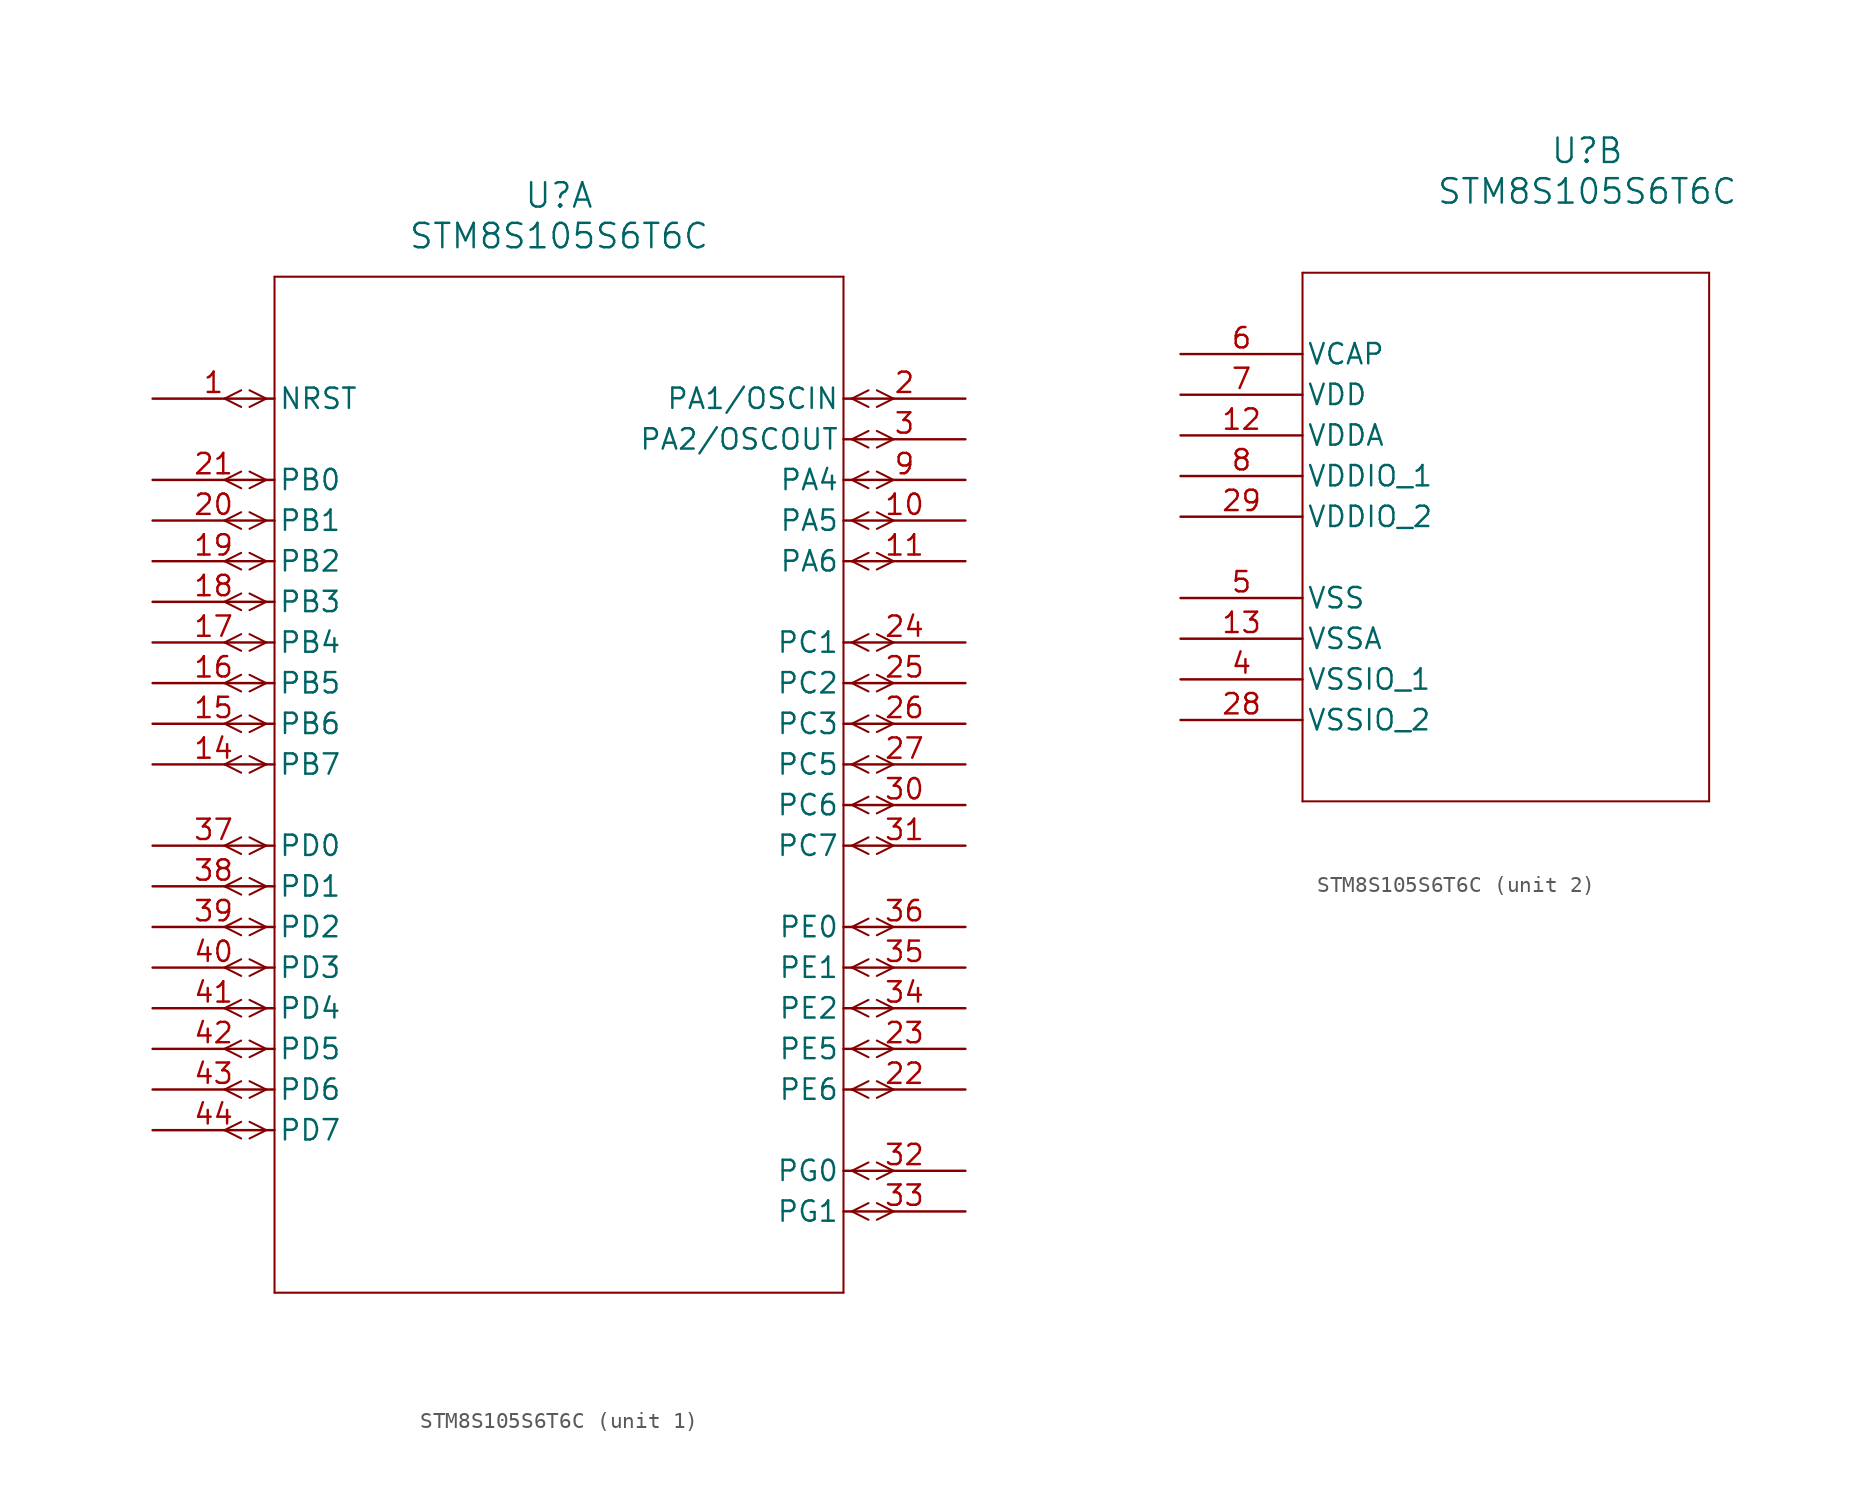
<source format=kicad_sym>
(kicad_symbol_lib
  (version 20211014)
  (generator kicad_symbol_editor)
  (symbol "STM8S105S6T6C"
    (pin_names
      (offset 0.254))
    (property "Reference" "U"
      (at 25.4 12.7 0)
      (effects (font (size 1.524 1.524))))
    (property "Value" "STM8S105S6T6C"
      (at 25.4 10.16 0)
      (effects (font (size 1.524 1.524))))
    (symbol "STM8S105S6T6C_1_1"
      (polyline (pts (xy 7.099 0) (xy 6.058 0.521)) (stroke (width 0.127) (type default) (color 0 0 0 0)) (fill (type none)))
      (polyline (pts (xy 7.099 0) (xy 6.058 -0.521)) (stroke (width 0.127) (type default) (color 0 0 0 0)) (fill (type none)))
      (polyline (pts (xy 5.537 0.521) (xy 4.496 0)) (stroke (width 0.127) (type default) (color 0 0 0 0)) (fill (type none)))
      (polyline (pts (xy 5.537 -0.521) (xy 4.496 0)) (stroke (width 0.127) (type default) (color 0 0 0 0)) (fill (type none)))
      (polyline (pts (xy 7.099 -5.08) (xy 6.058 -4.559)) (stroke (width 0.127) (type default) (color 0 0 0 0)) (fill (type none)))
      (polyline (pts (xy 7.099 -5.08) (xy 6.058 -5.601)) (stroke (width 0.127) (type default) (color 0 0 0 0)) (fill (type none)))
      (polyline (pts (xy 5.537 -4.559) (xy 4.496 -5.08)) (stroke (width 0.127) (type default) (color 0 0 0 0)) (fill (type none)))
      (polyline (pts (xy 5.537 -5.601) (xy 4.496 -5.08)) (stroke (width 0.127) (type default) (color 0 0 0 0)) (fill (type none)))
      (polyline (pts (xy 7.099 -7.62) (xy 6.058 -7.099)) (stroke (width 0.127) (type default) (color 0 0 0 0)) (fill (type none)))
      (polyline (pts (xy 7.099 -7.62) (xy 6.058 -8.141)) (stroke (width 0.127) (type default) (color 0 0 0 0)) (fill (type none)))
      (polyline (pts (xy 5.537 -7.099) (xy 4.496 -7.62)) (stroke (width 0.127) (type default) (color 0 0 0 0)) (fill (type none)))
      (polyline (pts (xy 5.537 -8.141) (xy 4.496 -7.62)) (stroke (width 0.127) (type default) (color 0 0 0 0)) (fill (type none)))
      (polyline (pts (xy 7.099 -10.16) (xy 6.058 -9.639)) (stroke (width 0.127) (type default) (color 0 0 0 0)) (fill (type none)))
      (polyline (pts (xy 7.099 -10.16) (xy 6.058 -10.681)) (stroke (width 0.127) (type default) (color 0 0 0 0)) (fill (type none)))
      (polyline (pts (xy 5.537 -9.639) (xy 4.496 -10.16)) (stroke (width 0.127) (type default) (color 0 0 0 0)) (fill (type none)))
      (polyline (pts (xy 5.537 -10.681) (xy 4.496 -10.16)) (stroke (width 0.127) (type default) (color 0 0 0 0)) (fill (type none)))
      (polyline (pts (xy 7.099 -12.7) (xy 6.058 -12.179)) (stroke (width 0.127) (type default) (color 0 0 0 0)) (fill (type none)))
      (polyline (pts (xy 7.099 -12.7) (xy 6.058 -13.221)) (stroke (width 0.127) (type default) (color 0 0 0 0)) (fill (type none)))
      (polyline (pts (xy 5.537 -12.179) (xy 4.496 -12.7)) (stroke (width 0.127) (type default) (color 0 0 0 0)) (fill (type none)))
      (polyline (pts (xy 5.537 -13.221) (xy 4.496 -12.7)) (stroke (width 0.127) (type default) (color 0 0 0 0)) (fill (type none)))
      (polyline (pts (xy 7.099 -15.24) (xy 6.058 -14.719)) (stroke (width 0.127) (type default) (color 0 0 0 0)) (fill (type none)))
      (polyline (pts (xy 7.099 -15.24) (xy 6.058 -15.761)) (stroke (width 0.127) (type default) (color 0 0 0 0)) (fill (type none)))
      (polyline (pts (xy 5.537 -14.719) (xy 4.496 -15.24)) (stroke (width 0.127) (type default) (color 0 0 0 0)) (fill (type none)))
      (polyline (pts (xy 5.537 -15.761) (xy 4.496 -15.24)) (stroke (width 0.127) (type default) (color 0 0 0 0)) (fill (type none)))
      (polyline (pts (xy 7.099 -17.78) (xy 6.058 -17.259)) (stroke (width 0.127) (type default) (color 0 0 0 0)) (fill (type none)))
      (polyline (pts (xy 7.099 -17.78) (xy 6.058 -18.301)) (stroke (width 0.127) (type default) (color 0 0 0 0)) (fill (type none)))
      (polyline (pts (xy 5.537 -17.259) (xy 4.496 -17.78)) (stroke (width 0.127) (type default) (color 0 0 0 0)) (fill (type none)))
      (polyline (pts (xy 5.537 -18.301) (xy 4.496 -17.78)) (stroke (width 0.127) (type default) (color 0 0 0 0)) (fill (type none)))
      (polyline (pts (xy 7.099 -20.32) (xy 6.058 -19.799)) (stroke (width 0.127) (type default) (color 0 0 0 0)) (fill (type none)))
      (polyline (pts (xy 7.099 -20.32) (xy 6.058 -20.841)) (stroke (width 0.127) (type default) (color 0 0 0 0)) (fill (type none)))
      (polyline (pts (xy 5.537 -19.799) (xy 4.496 -20.32)) (stroke (width 0.127) (type default) (color 0 0 0 0)) (fill (type none)))
      (polyline (pts (xy 5.537 -20.841) (xy 4.496 -20.32)) (stroke (width 0.127) (type default) (color 0 0 0 0)) (fill (type none)))
      (polyline (pts (xy 7.099 -22.86) (xy 6.058 -22.339)) (stroke (width 0.127) (type default) (color 0 0 0 0)) (fill (type none)))
      (polyline (pts (xy 7.099 -22.86) (xy 6.058 -23.381)) (stroke (width 0.127) (type default) (color 0 0 0 0)) (fill (type none)))
      (polyline (pts (xy 5.537 -22.339) (xy 4.496 -22.86)) (stroke (width 0.127) (type default) (color 0 0 0 0)) (fill (type none)))
      (polyline (pts (xy 5.537 -23.381) (xy 4.496 -22.86)) (stroke (width 0.127) (type default) (color 0 0 0 0)) (fill (type none)))
      (polyline (pts (xy 7.099 -27.94) (xy 6.058 -27.419)) (stroke (width 0.127) (type default) (color 0 0 0 0)) (fill (type none)))
      (polyline (pts (xy 7.099 -27.94) (xy 6.058 -28.461)) (stroke (width 0.127) (type default) (color 0 0 0 0)) (fill (type none)))
      (polyline (pts (xy 5.537 -27.419) (xy 4.496 -27.94)) (stroke (width 0.127) (type default) (color 0 0 0 0)) (fill (type none)))
      (polyline (pts (xy 5.537 -28.461) (xy 4.496 -27.94)) (stroke (width 0.127) (type default) (color 0 0 0 0)) (fill (type none)))
      (polyline (pts (xy 7.099 -30.48) (xy 6.058 -29.959)) (stroke (width 0.127) (type default) (color 0 0 0 0)) (fill (type none)))
      (polyline (pts (xy 7.099 -30.48) (xy 6.058 -31.001)) (stroke (width 0.127) (type default) (color 0 0 0 0)) (fill (type none)))
      (polyline (pts (xy 5.537 -29.959) (xy 4.496 -30.48)) (stroke (width 0.127) (type default) (color 0 0 0 0)) (fill (type none)))
      (polyline (pts (xy 5.537 -31.001) (xy 4.496 -30.48)) (stroke (width 0.127) (type default) (color 0 0 0 0)) (fill (type none)))
      (polyline (pts (xy 7.099 -33.02) (xy 6.058 -32.499)) (stroke (width 0.127) (type default) (color 0 0 0 0)) (fill (type none)))
      (polyline (pts (xy 7.099 -33.02) (xy 6.058 -33.541)) (stroke (width 0.127) (type default) (color 0 0 0 0)) (fill (type none)))
      (polyline (pts (xy 5.537 -32.499) (xy 4.496 -33.02)) (stroke (width 0.127) (type default) (color 0 0 0 0)) (fill (type none)))
      (polyline (pts (xy 5.537 -33.541) (xy 4.496 -33.02)) (stroke (width 0.127) (type default) (color 0 0 0 0)) (fill (type none)))
      (polyline (pts (xy 7.099 -35.56) (xy 6.058 -35.039)) (stroke (width 0.127) (type default) (color 0 0 0 0)) (fill (type none)))
      (polyline (pts (xy 7.099 -35.56) (xy 6.058 -36.081)) (stroke (width 0.127) (type default) (color 0 0 0 0)) (fill (type none)))
      (polyline (pts (xy 5.537 -35.039) (xy 4.496 -35.56)) (stroke (width 0.127) (type default) (color 0 0 0 0)) (fill (type none)))
      (polyline (pts (xy 5.537 -36.081) (xy 4.496 -35.56)) (stroke (width 0.127) (type default) (color 0 0 0 0)) (fill (type none)))
      (polyline (pts (xy 7.099 -38.1) (xy 6.058 -37.579)) (stroke (width 0.127) (type default) (color 0 0 0 0)) (fill (type none)))
      (polyline (pts (xy 7.099 -38.1) (xy 6.058 -38.621)) (stroke (width 0.127) (type default) (color 0 0 0 0)) (fill (type none)))
      (polyline (pts (xy 5.537 -37.579) (xy 4.496 -38.1)) (stroke (width 0.127) (type default) (color 0 0 0 0)) (fill (type none)))
      (polyline (pts (xy 5.537 -38.621) (xy 4.496 -38.1)) (stroke (width 0.127) (type default) (color 0 0 0 0)) (fill (type none)))
      (polyline (pts (xy 7.099 -40.64) (xy 6.058 -40.119)) (stroke (width 0.127) (type default) (color 0 0 0 0)) (fill (type none)))
      (polyline (pts (xy 7.099 -40.64) (xy 6.058 -41.161)) (stroke (width 0.127) (type default) (color 0 0 0 0)) (fill (type none)))
      (polyline (pts (xy 5.537 -40.119) (xy 4.496 -40.64)) (stroke (width 0.127) (type default) (color 0 0 0 0)) (fill (type none)))
      (polyline (pts (xy 5.537 -41.161) (xy 4.496 -40.64)) (stroke (width 0.127) (type default) (color 0 0 0 0)) (fill (type none)))
      (polyline (pts (xy 7.099 -43.18) (xy 6.058 -42.659)) (stroke (width 0.127) (type default) (color 0 0 0 0)) (fill (type none)))
      (polyline (pts (xy 7.099 -43.18) (xy 6.058 -43.701)) (stroke (width 0.127) (type default) (color 0 0 0 0)) (fill (type none)))
      (polyline (pts (xy 5.537 -42.659) (xy 4.496 -43.18)) (stroke (width 0.127) (type default) (color 0 0 0 0)) (fill (type none)))
      (polyline (pts (xy 5.537 -43.701) (xy 4.496 -43.18)) (stroke (width 0.127) (type default) (color 0 0 0 0)) (fill (type none)))
      (polyline (pts (xy 7.099 -45.72) (xy 6.058 -45.199)) (stroke (width 0.127) (type default) (color 0 0 0 0)) (fill (type none)))
      (polyline (pts (xy 7.099 -45.72) (xy 6.058 -46.241)) (stroke (width 0.127) (type default) (color 0 0 0 0)) (fill (type none)))
      (polyline (pts (xy 5.537 -45.199) (xy 4.496 -45.72)) (stroke (width 0.127) (type default) (color 0 0 0 0)) (fill (type none)))
      (polyline (pts (xy 5.537 -46.241) (xy 4.496 -45.72)) (stroke (width 0.127) (type default) (color 0 0 0 0)) (fill (type none)))
      (polyline (pts (xy 43.701 0) (xy 44.742 0.521)) (stroke (width 0.127) (type default) (color 0 0 0 0)) (fill (type none)))
      (polyline (pts (xy 43.701 0) (xy 44.742 -0.521)) (stroke (width 0.127) (type default) (color 0 0 0 0)) (fill (type none)))
      (polyline (pts (xy 45.263 0.521) (xy 46.304 0)) (stroke (width 0.127) (type default) (color 0 0 0 0)) (fill (type none)))
      (polyline (pts (xy 45.263 -0.521) (xy 46.304 0)) (stroke (width 0.127) (type default) (color 0 0 0 0)) (fill (type none)))
      (polyline (pts (xy 43.701 -2.54) (xy 44.742 -2.019)) (stroke (width 0.127) (type default) (color 0 0 0 0)) (fill (type none)))
      (polyline (pts (xy 43.701 -2.54) (xy 44.742 -3.061)) (stroke (width 0.127) (type default) (color 0 0 0 0)) (fill (type none)))
      (polyline (pts (xy 45.263 -2.019) (xy 46.304 -2.54)) (stroke (width 0.127) (type default) (color 0 0 0 0)) (fill (type none)))
      (polyline (pts (xy 45.263 -3.061) (xy 46.304 -2.54)) (stroke (width 0.127) (type default) (color 0 0 0 0)) (fill (type none)))
      (polyline (pts (xy 43.701 -5.08) (xy 44.742 -4.559)) (stroke (width 0.127) (type default) (color 0 0 0 0)) (fill (type none)))
      (polyline (pts (xy 43.701 -5.08) (xy 44.742 -5.601)) (stroke (width 0.127) (type default) (color 0 0 0 0)) (fill (type none)))
      (polyline (pts (xy 45.263 -4.559) (xy 46.304 -5.08)) (stroke (width 0.127) (type default) (color 0 0 0 0)) (fill (type none)))
      (polyline (pts (xy 45.263 -5.601) (xy 46.304 -5.08)) (stroke (width 0.127) (type default) (color 0 0 0 0)) (fill (type none)))
      (polyline (pts (xy 43.701 -7.62) (xy 44.742 -7.099)) (stroke (width 0.127) (type default) (color 0 0 0 0)) (fill (type none)))
      (polyline (pts (xy 43.701 -7.62) (xy 44.742 -8.141)) (stroke (width 0.127) (type default) (color 0 0 0 0)) (fill (type none)))
      (polyline (pts (xy 45.263 -7.099) (xy 46.304 -7.62)) (stroke (width 0.127) (type default) (color 0 0 0 0)) (fill (type none)))
      (polyline (pts (xy 45.263 -8.141) (xy 46.304 -7.62)) (stroke (width 0.127) (type default) (color 0 0 0 0)) (fill (type none)))
      (polyline (pts (xy 43.701 -10.16) (xy 44.742 -9.639)) (stroke (width 0.127) (type default) (color 0 0 0 0)) (fill (type none)))
      (polyline (pts (xy 43.701 -10.16) (xy 44.742 -10.681)) (stroke (width 0.127) (type default) (color 0 0 0 0)) (fill (type none)))
      (polyline (pts (xy 45.263 -9.639) (xy 46.304 -10.16)) (stroke (width 0.127) (type default) (color 0 0 0 0)) (fill (type none)))
      (polyline (pts (xy 45.263 -10.681) (xy 46.304 -10.16)) (stroke (width 0.127) (type default) (color 0 0 0 0)) (fill (type none)))
      (polyline (pts (xy 43.701 -15.24) (xy 44.742 -14.719)) (stroke (width 0.127) (type default) (color 0 0 0 0)) (fill (type none)))
      (polyline (pts (xy 43.701 -15.24) (xy 44.742 -15.761)) (stroke (width 0.127) (type default) (color 0 0 0 0)) (fill (type none)))
      (polyline (pts (xy 45.263 -14.719) (xy 46.304 -15.24)) (stroke (width 0.127) (type default) (color 0 0 0 0)) (fill (type none)))
      (polyline (pts (xy 45.263 -15.761) (xy 46.304 -15.24)) (stroke (width 0.127) (type default) (color 0 0 0 0)) (fill (type none)))
      (polyline (pts (xy 43.701 -17.78) (xy 44.742 -17.259)) (stroke (width 0.127) (type default) (color 0 0 0 0)) (fill (type none)))
      (polyline (pts (xy 43.701 -17.78) (xy 44.742 -18.301)) (stroke (width 0.127) (type default) (color 0 0 0 0)) (fill (type none)))
      (polyline (pts (xy 45.263 -17.259) (xy 46.304 -17.78)) (stroke (width 0.127) (type default) (color 0 0 0 0)) (fill (type none)))
      (polyline (pts (xy 45.263 -18.301) (xy 46.304 -17.78)) (stroke (width 0.127) (type default) (color 0 0 0 0)) (fill (type none)))
      (polyline (pts (xy 43.701 -20.32) (xy 44.742 -19.799)) (stroke (width 0.127) (type default) (color 0 0 0 0)) (fill (type none)))
      (polyline (pts (xy 43.701 -20.32) (xy 44.742 -20.841)) (stroke (width 0.127) (type default) (color 0 0 0 0)) (fill (type none)))
      (polyline (pts (xy 45.263 -19.799) (xy 46.304 -20.32)) (stroke (width 0.127) (type default) (color 0 0 0 0)) (fill (type none)))
      (polyline (pts (xy 45.263 -20.841) (xy 46.304 -20.32)) (stroke (width 0.127) (type default) (color 0 0 0 0)) (fill (type none)))
      (polyline (pts (xy 43.701 -22.86) (xy 44.742 -22.339)) (stroke (width 0.127) (type default) (color 0 0 0 0)) (fill (type none)))
      (polyline (pts (xy 43.701 -22.86) (xy 44.742 -23.381)) (stroke (width 0.127) (type default) (color 0 0 0 0)) (fill (type none)))
      (polyline (pts (xy 45.263 -22.339) (xy 46.304 -22.86)) (stroke (width 0.127) (type default) (color 0 0 0 0)) (fill (type none)))
      (polyline (pts (xy 45.263 -23.381) (xy 46.304 -22.86)) (stroke (width 0.127) (type default) (color 0 0 0 0)) (fill (type none)))
      (polyline (pts (xy 43.701 -25.4) (xy 44.742 -24.879)) (stroke (width 0.127) (type default) (color 0 0 0 0)) (fill (type none)))
      (polyline (pts (xy 43.701 -25.4) (xy 44.742 -25.921)) (stroke (width 0.127) (type default) (color 0 0 0 0)) (fill (type none)))
      (polyline (pts (xy 45.263 -24.879) (xy 46.304 -25.4)) (stroke (width 0.127) (type default) (color 0 0 0 0)) (fill (type none)))
      (polyline (pts (xy 45.263 -25.921) (xy 46.304 -25.4)) (stroke (width 0.127) (type default) (color 0 0 0 0)) (fill (type none)))
      (polyline (pts (xy 43.701 -27.94) (xy 44.742 -27.419)) (stroke (width 0.127) (type default) (color 0 0 0 0)) (fill (type none)))
      (polyline (pts (xy 43.701 -27.94) (xy 44.742 -28.461)) (stroke (width 0.127) (type default) (color 0 0 0 0)) (fill (type none)))
      (polyline (pts (xy 45.263 -27.419) (xy 46.304 -27.94)) (stroke (width 0.127) (type default) (color 0 0 0 0)) (fill (type none)))
      (polyline (pts (xy 45.263 -28.461) (xy 46.304 -27.94)) (stroke (width 0.127) (type default) (color 0 0 0 0)) (fill (type none)))
      (polyline (pts (xy 43.701 -33.02) (xy 44.742 -32.499)) (stroke (width 0.127) (type default) (color 0 0 0 0)) (fill (type none)))
      (polyline (pts (xy 43.701 -33.02) (xy 44.742 -33.541)) (stroke (width 0.127) (type default) (color 0 0 0 0)) (fill (type none)))
      (polyline (pts (xy 45.263 -32.499) (xy 46.304 -33.02)) (stroke (width 0.127) (type default) (color 0 0 0 0)) (fill (type none)))
      (polyline (pts (xy 45.263 -33.541) (xy 46.304 -33.02)) (stroke (width 0.127) (type default) (color 0 0 0 0)) (fill (type none)))
      (polyline (pts (xy 43.701 -35.56) (xy 44.742 -35.039)) (stroke (width 0.127) (type default) (color 0 0 0 0)) (fill (type none)))
      (polyline (pts (xy 43.701 -35.56) (xy 44.742 -36.081)) (stroke (width 0.127) (type default) (color 0 0 0 0)) (fill (type none)))
      (polyline (pts (xy 45.263 -35.039) (xy 46.304 -35.56)) (stroke (width 0.127) (type default) (color 0 0 0 0)) (fill (type none)))
      (polyline (pts (xy 45.263 -36.081) (xy 46.304 -35.56)) (stroke (width 0.127) (type default) (color 0 0 0 0)) (fill (type none)))
      (polyline (pts (xy 43.701 -38.1) (xy 44.742 -37.579)) (stroke (width 0.127) (type default) (color 0 0 0 0)) (fill (type none)))
      (polyline (pts (xy 43.701 -38.1) (xy 44.742 -38.621)) (stroke (width 0.127) (type default) (color 0 0 0 0)) (fill (type none)))
      (polyline (pts (xy 45.263 -37.579) (xy 46.304 -38.1)) (stroke (width 0.127) (type default) (color 0 0 0 0)) (fill (type none)))
      (polyline (pts (xy 45.263 -38.621) (xy 46.304 -38.1)) (stroke (width 0.127) (type default) (color 0 0 0 0)) (fill (type none)))
      (polyline (pts (xy 43.701 -40.64) (xy 44.742 -40.119)) (stroke (width 0.127) (type default) (color 0 0 0 0)) (fill (type none)))
      (polyline (pts (xy 43.701 -40.64) (xy 44.742 -41.161)) (stroke (width 0.127) (type default) (color 0 0 0 0)) (fill (type none)))
      (polyline (pts (xy 45.263 -40.119) (xy 46.304 -40.64)) (stroke (width 0.127) (type default) (color 0 0 0 0)) (fill (type none)))
      (polyline (pts (xy 45.263 -41.161) (xy 46.304 -40.64)) (stroke (width 0.127) (type default) (color 0 0 0 0)) (fill (type none)))
      (polyline (pts (xy 43.701 -43.18) (xy 44.742 -42.659)) (stroke (width 0.127) (type default) (color 0 0 0 0)) (fill (type none)))
      (polyline (pts (xy 43.701 -43.18) (xy 44.742 -43.701)) (stroke (width 0.127) (type default) (color 0 0 0 0)) (fill (type none)))
      (polyline (pts (xy 45.263 -42.659) (xy 46.304 -43.18)) (stroke (width 0.127) (type default) (color 0 0 0 0)) (fill (type none)))
      (polyline (pts (xy 45.263 -43.701) (xy 46.304 -43.18)) (stroke (width 0.127) (type default) (color 0 0 0 0)) (fill (type none)))
      (polyline (pts (xy 43.701 -48.26) (xy 44.742 -47.739)) (stroke (width 0.127) (type default) (color 0 0 0 0)) (fill (type none)))
      (polyline (pts (xy 43.701 -48.26) (xy 44.742 -48.781)) (stroke (width 0.127) (type default) (color 0 0 0 0)) (fill (type none)))
      (polyline (pts (xy 45.263 -47.739) (xy 46.304 -48.26)) (stroke (width 0.127) (type default) (color 0 0 0 0)) (fill (type none)))
      (polyline (pts (xy 45.263 -48.781) (xy 46.304 -48.26)) (stroke (width 0.127) (type default) (color 0 0 0 0)) (fill (type none)))
      (polyline (pts (xy 43.701 -50.8) (xy 44.742 -50.279)) (stroke (width 0.127) (type default) (color 0 0 0 0)) (fill (type none)))
      (polyline (pts (xy 43.701 -50.8) (xy 44.742 -51.321)) (stroke (width 0.127) (type default) (color 0 0 0 0)) (fill (type none)))
      (polyline (pts (xy 45.263 -50.279) (xy 46.304 -50.8)) (stroke (width 0.127) (type default) (color 0 0 0 0)) (fill (type none)))
      (polyline (pts (xy 45.263 -51.321) (xy 46.304 -50.8)) (stroke (width 0.127) (type default) (color 0 0 0 0)) (fill (type none)))
      (polyline (pts (xy 7.62 7.62) (xy 7.62 -55.88)) (stroke (width 0.127) (type default) (color 0 0 0 0)) (fill (type none)))
      (polyline (pts (xy 7.62 -55.88) (xy 43.18 -55.88)) (stroke (width 0.127) (type default) (color 0 0 0 0)) (fill (type none)))
      (polyline (pts (xy 43.18 -55.88) (xy 43.18 7.62)) (stroke (width 0.127) (type default) (color 0 0 0 0)) (fill (type none)))
      (polyline (pts (xy 43.18 7.62) (xy 7.62 7.62)) (stroke (width 0.127) (type default) (color 0 0 0 0)) (fill (type none)))
      (pin bidirectional line (at 0 0 0) (length 7.62) (name "NRST" (effects (font (size 1.27 1.27)))) (number "1" (effects (font (size 1.27 1.27)))))
      (pin bidirectional line (at 50.8 0 180) (length 7.62) (name "PA1/OSCIN" (effects (font (size 1.27 1.27)))) (number "2" (effects (font (size 1.27 1.27)))))
      (pin bidirectional line (at 50.8 -2.54 180) (length 7.62) (name "PA2/OSCOUT" (effects (font (size 1.27 1.27)))) (number "3" (effects (font (size 1.27 1.27)))))
      (pin bidirectional line (at 50.8 -5.08 180) (length 7.62) (name "PA4" (effects (font (size 1.27 1.27)))) (number "9" (effects (font (size 1.27 1.27)))))
      (pin bidirectional line (at 50.8 -7.62 180) (length 7.62) (name "PA5" (effects (font (size 1.27 1.27)))) (number "10" (effects (font (size 1.27 1.27)))))
      (pin bidirectional line (at 50.8 -10.16 180) (length 7.62) (name "PA6" (effects (font (size 1.27 1.27)))) (number "11" (effects (font (size 1.27 1.27)))))
      (pin bidirectional line (at 0 -22.86 0) (length 7.62) (name "PB7" (effects (font (size 1.27 1.27)))) (number "14" (effects (font (size 1.27 1.27)))))
      (pin bidirectional line (at 0 -20.32 0) (length 7.62) (name "PB6" (effects (font (size 1.27 1.27)))) (number "15" (effects (font (size 1.27 1.27)))))
      (pin bidirectional line (at 0 -17.78 0) (length 7.62) (name "PB5" (effects (font (size 1.27 1.27)))) (number "16" (effects (font (size 1.27 1.27)))))
      (pin bidirectional line (at 0 -15.24 0) (length 7.62) (name "PB4" (effects (font (size 1.27 1.27)))) (number "17" (effects (font (size 1.27 1.27)))))
      (pin bidirectional line (at 0 -12.7 0) (length 7.62) (name "PB3" (effects (font (size 1.27 1.27)))) (number "18" (effects (font (size 1.27 1.27)))))
      (pin bidirectional line (at 0 -10.16 0) (length 7.62) (name "PB2" (effects (font (size 1.27 1.27)))) (number "19" (effects (font (size 1.27 1.27)))))
      (pin bidirectional line (at 0 -7.62 0) (length 7.62) (name "PB1" (effects (font (size 1.27 1.27)))) (number "20" (effects (font (size 1.27 1.27)))))
      (pin bidirectional line (at 0 -5.08 0) (length 7.62) (name "PB0" (effects (font (size 1.27 1.27)))) (number "21" (effects (font (size 1.27 1.27)))))
      (pin bidirectional line (at 50.8 -43.18 180) (length 7.62) (name "PE6" (effects (font (size 1.27 1.27)))) (number "22" (effects (font (size 1.27 1.27)))))
      (pin bidirectional line (at 50.8 -40.64 180) (length 7.62) (name "PE5" (effects (font (size 1.27 1.27)))) (number "23" (effects (font (size 1.27 1.27)))))
      (pin bidirectional line (at 50.8 -15.24 180) (length 7.62) (name "PC1" (effects (font (size 1.27 1.27)))) (number "24" (effects (font (size 1.27 1.27)))))
      (pin bidirectional line (at 50.8 -17.78 180) (length 7.62) (name "PC2" (effects (font (size 1.27 1.27)))) (number "25" (effects (font (size 1.27 1.27)))))
      (pin bidirectional line (at 50.8 -20.32 180) (length 7.62) (name "PC3" (effects (font (size 1.27 1.27)))) (number "26" (effects (font (size 1.27 1.27)))))
      (pin bidirectional line (at 50.8 -22.86 180) (length 7.62) (name "PC5" (effects (font (size 1.27 1.27)))) (number "27" (effects (font (size 1.27 1.27)))))
      (pin bidirectional line (at 50.8 -25.4 180) (length 7.62) (name "PC6" (effects (font (size 1.27 1.27)))) (number "30" (effects (font (size 1.27 1.27)))))
      (pin bidirectional line (at 50.8 -27.94 180) (length 7.62) (name "PC7" (effects (font (size 1.27 1.27)))) (number "31" (effects (font (size 1.27 1.27)))))
      (pin bidirectional line (at 50.8 -48.26 180) (length 7.62) (name "PG0" (effects (font (size 1.27 1.27)))) (number "32" (effects (font (size 1.27 1.27)))))
      (pin bidirectional line (at 50.8 -50.8 180) (length 7.62) (name "PG1" (effects (font (size 1.27 1.27)))) (number "33" (effects (font (size 1.27 1.27)))))
      (pin bidirectional line (at 50.8 -38.1 180) (length 7.62) (name "PE2" (effects (font (size 1.27 1.27)))) (number "34" (effects (font (size 1.27 1.27)))))
      (pin bidirectional line (at 50.8 -35.56 180) (length 7.62) (name "PE1" (effects (font (size 1.27 1.27)))) (number "35" (effects (font (size 1.27 1.27)))))
      (pin bidirectional line (at 50.8 -33.02 180) (length 7.62) (name "PE0" (effects (font (size 1.27 1.27)))) (number "36" (effects (font (size 1.27 1.27)))))
      (pin bidirectional line (at 0 -27.94 0) (length 7.62) (name "PD0" (effects (font (size 1.27 1.27)))) (number "37" (effects (font (size 1.27 1.27)))))
      (pin bidirectional line (at 0 -30.48 0) (length 7.62) (name "PD1" (effects (font (size 1.27 1.27)))) (number "38" (effects (font (size 1.27 1.27)))))
      (pin bidirectional line (at 0 -33.02 0) (length 7.62) (name "PD2" (effects (font (size 1.27 1.27)))) (number "39" (effects (font (size 1.27 1.27)))))
      (pin bidirectional line (at 0 -35.56 0) (length 7.62) (name "PD3" (effects (font (size 1.27 1.27)))) (number "40" (effects (font (size 1.27 1.27)))))
      (pin bidirectional line (at 0 -38.1 0) (length 7.62) (name "PD4" (effects (font (size 1.27 1.27)))) (number "41" (effects (font (size 1.27 1.27)))))
      (pin bidirectional line (at 0 -40.64 0) (length 7.62) (name "PD5" (effects (font (size 1.27 1.27)))) (number "42" (effects (font (size 1.27 1.27)))))
      (pin bidirectional line (at 0 -43.18 0) (length 7.62) (name "PD6" (effects (font (size 1.27 1.27)))) (number "43" (effects (font (size 1.27 1.27)))))
      (pin bidirectional line (at 0 -45.72 0) (length 7.62) (name "PD7" (effects (font (size 1.27 1.27)))) (number "44" (effects (font (size 1.27 1.27))))))
    (symbol "STM8S105S6T6C_2_1"
      (polyline (pts (xy 7.62 5.08) (xy 7.62 -27.94)) (stroke (width 0.127) (type default) (color 0 0 0 0)) (fill (type none)))
      (polyline (pts (xy 7.62 -27.94) (xy 33.02 -27.94)) (stroke (width 0.127) (type default) (color 0 0 0 0)) (fill (type none)))
      (polyline (pts (xy 33.02 -27.94) (xy 33.02 5.08)) (stroke (width 0.127) (type default) (color 0 0 0 0)) (fill (type none)))
      (polyline (pts (xy 33.02 5.08) (xy 7.62 5.08)) (stroke (width 0.127) (type default) (color 0 0 0 0)) (fill (type none)))
      (pin power_in line (at 0 -20.32 0) (length 7.62) (name "VSSIO_1" (effects (font (size 1.27 1.27)))) (number "4" (effects (font (size 1.27 1.27)))))
      (pin power_in line (at 0 -15.24 0) (length 7.62) (name "VSS" (effects (font (size 1.27 1.27)))) (number "5" (effects (font (size 1.27 1.27)))))
      (pin power_in line (at 0 0 0) (length 7.62) (name "VCAP" (effects (font (size 1.27 1.27)))) (number "6" (effects (font (size 1.27 1.27)))))
      (pin power_in line (at 0 -2.54 0) (length 7.62) (name "VDD" (effects (font (size 1.27 1.27)))) (number "7" (effects (font (size 1.27 1.27)))))
      (pin power_in line (at 0 -7.62 0) (length 7.62) (name "VDDIO_1" (effects (font (size 1.27 1.27)))) (number "8" (effects (font (size 1.27 1.27)))))
      (pin power_in line (at 0 -5.08 0) (length 7.62) (name "VDDA" (effects (font (size 1.27 1.27)))) (number "12" (effects (font (size 1.27 1.27)))))
      (pin power_in line (at 0 -17.78 0) (length 7.62) (name "VSSA" (effects (font (size 1.27 1.27)))) (number "13" (effects (font (size 1.27 1.27)))))
      (pin power_in line (at 0 -22.86 0) (length 7.62) (name "VSSIO_2" (effects (font (size 1.27 1.27)))) (number "28" (effects (font (size 1.27 1.27)))))
      (pin power_in line (at 0 -10.16 0) (length 7.62) (name "VDDIO_2" (effects (font (size 1.27 1.27)))) (number "29" (effects (font (size 1.27 1.27))))))))
</source>
